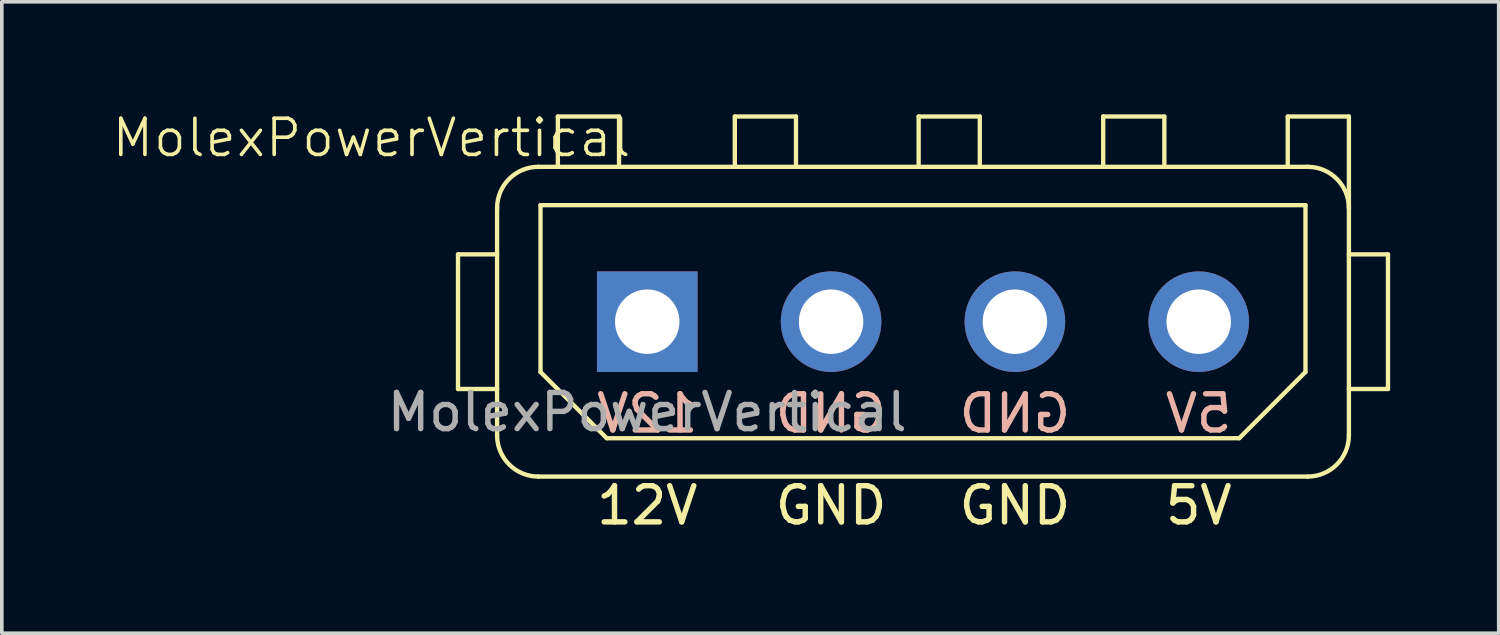
<source format=kicad_pcb>
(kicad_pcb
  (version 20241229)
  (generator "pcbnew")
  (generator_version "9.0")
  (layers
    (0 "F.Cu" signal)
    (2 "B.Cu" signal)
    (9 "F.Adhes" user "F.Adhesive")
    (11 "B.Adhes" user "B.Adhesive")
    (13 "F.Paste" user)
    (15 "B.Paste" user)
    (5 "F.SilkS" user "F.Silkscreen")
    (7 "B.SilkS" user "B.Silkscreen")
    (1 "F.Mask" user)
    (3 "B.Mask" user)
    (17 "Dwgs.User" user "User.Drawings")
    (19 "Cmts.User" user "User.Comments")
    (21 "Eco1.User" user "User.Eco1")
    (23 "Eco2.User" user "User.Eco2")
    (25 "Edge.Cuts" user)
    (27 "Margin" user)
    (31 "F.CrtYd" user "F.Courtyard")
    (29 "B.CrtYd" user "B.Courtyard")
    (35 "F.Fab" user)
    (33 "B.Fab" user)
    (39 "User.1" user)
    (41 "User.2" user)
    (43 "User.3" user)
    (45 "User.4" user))
  (footprint "MolexPowerVertical"
    (layer "F.Cu")
    (at 14.837 5.84)
    (property "Reference" "MolexPowerVertical" (at -7.62 -5.08 0) (unlocked yes) (layer "F.SilkS") (effects (font (size 1 1) (thickness 0.1))))
    (attr through_hole)
    (fp_line (start -5.23 -1.86) (end -4.15 -1.86) (stroke (width 0.12) (type solid)) (layer "F.SilkS"))
    (fp_line (start -5.23 1.86) (end -5.23 -1.86) (stroke (width 0.12) (type solid)) (layer "F.SilkS"))
    (fp_line (start -4.15 -3.14) (end -4.15 3.14) (stroke (width 0.12) (type solid)) (layer "F.SilkS"))
    (fp_line (start -4.15 1.86) (end -5.23 1.86) (stroke (width 0.12) (type solid)) (layer "F.SilkS"))
    (fp_line (start -3.01 4.28) (end 18.25 4.28) (stroke (width 0.12) (type solid)) (layer "F.SilkS"))
    (fp_line (start -2.95 -3.22) (end 18.19 -3.22) (stroke (width 0.12) (type solid)) (layer "F.SilkS"))
    (fp_line (start -2.95 1.39) (end -2.95 -3.22) (stroke (width 0.12) (type solid)) (layer "F.SilkS"))
    (fp_line (start -2.47 -5.67) (end -0.78 -5.67) (stroke (width 0.12) (type solid)) (layer "F.SilkS"))
    (fp_line (start -2.47 -4.28) (end -2.47 -5.67) (stroke (width 0.12) (type solid)) (layer "F.SilkS"))
    (fp_line (start -1.12 3.22) (end -2.95 1.39) (stroke (width 0.12) (type solid)) (layer "F.SilkS"))
    (fp_line (start -1.095 4.77) (end -1.19 4.818) (stroke (width 0.15) (type solid)) (layer "F.SilkS"))
    (fp_line (start -1 4.675) (end -1.095 4.77) (stroke (width 0.15) (type solid)) (layer "F.SilkS"))
    (fp_line (start -0.905 4.532) (end -1 4.675) (stroke (width 0.15) (type solid)) (layer "F.SilkS"))
    (fp_line (start -0.905 5.532) (end -0.905 4.532) (stroke (width 0.15) (type solid)) (layer "F.SilkS"))
    (fp_line (start -0.78 -5.67) (end -0.78 -4.28) (stroke (width 0.12) (type solid)) (layer "F.SilkS"))
    (fp_line (start -0.619 5.532) (end -1.19 5.532) (stroke (width 0.15) (type solid)) (layer "F.SilkS"))
    (fp_line (start -0.286 5.532) (end 0.333 5.532) (stroke (width 0.15) (type solid)) (layer "F.SilkS"))
    (fp_line (start -0.238 4.628) (end -0.19 4.58) (stroke (width 0.15) (type solid)) (layer "F.SilkS"))
    (fp_line (start -0.19 4.58) (end -0.095 4.532) (stroke (width 0.15) (type solid)) (layer "F.SilkS"))
    (fp_line (start -0.095 4.532) (end 0.143 4.532) (stroke (width 0.15) (type solid)) (layer "F.SilkS"))
    (fp_line (start 0.143 4.532) (end 0.238 4.58) (stroke (width 0.15) (type solid)) (layer "F.SilkS"))
    (fp_line (start 0.238 4.58) (end 0.286 4.628) (stroke (width 0.15) (type solid)) (layer "F.SilkS"))
    (fp_line (start 0.286 4.628) (end 0.333 4.723) (stroke (width 0.15) (type solid)) (layer "F.SilkS"))
    (fp_line (start 0.286 4.961) (end -0.286 5.532) (stroke (width 0.15) (type solid)) (layer "F.SilkS"))
    (fp_line (start 0.333 4.723) (end 0.333 4.818) (stroke (width 0.15) (type solid)) (layer "F.SilkS"))
    (fp_line (start 0.333 4.818) (end 0.286 4.961) (stroke (width 0.15) (type solid)) (layer "F.SilkS"))
    (fp_line (start 0.619 4.532) (end 0.952 5.532) (stroke (width 0.15) (type solid)) (layer "F.SilkS"))
    (fp_line (start 0.952 5.532) (end 1.286 4.532) (stroke (width 0.15) (type solid)) (layer "F.SilkS"))
    (fp_line (start 2.42 -5.67) (end 4.11 -5.67) (stroke (width 0.12) (type solid)) (layer "F.SilkS"))
    (fp_line (start 2.42 -4.28) (end 2.42 -5.67) (stroke (width 0.12) (type solid)) (layer "F.SilkS"))
    (fp_line (start 3.747 4.961) (end 3.747 5.104) (stroke (width 0.15) (type solid)) (layer "F.SilkS"))
    (fp_line (start 3.747 5.104) (end 3.794 5.294) (stroke (width 0.15) (type solid)) (layer "F.SilkS"))
    (fp_line (start 3.794 4.77) (end 3.747 4.961) (stroke (width 0.15) (type solid)) (layer "F.SilkS"))
    (fp_line (start 3.794 5.294) (end 3.842 5.39) (stroke (width 0.15) (type solid)) (layer "F.SilkS"))
    (fp_line (start 3.842 4.675) (end 3.794 4.77) (stroke (width 0.15) (type solid)) (layer "F.SilkS"))
    (fp_line (start 3.842 5.39) (end 3.937 5.485) (stroke (width 0.15) (type solid)) (layer "F.SilkS"))
    (fp_line (start 3.937 4.58) (end 3.842 4.675) (stroke (width 0.15) (type solid)) (layer "F.SilkS"))
    (fp_line (start 3.937 5.485) (end 4.08 5.532) (stroke (width 0.15) (type solid)) (layer "F.SilkS"))
    (fp_line (start 4.08 4.532) (end 3.937 4.58) (stroke (width 0.15) (type solid)) (layer "F.SilkS"))
    (fp_line (start 4.08 5.532) (end 4.175 5.532) (stroke (width 0.15) (type solid)) (layer "F.SilkS"))
    (fp_line (start 4.11 -5.67) (end 4.11 -4.28) (stroke (width 0.12) (type solid)) (layer "F.SilkS"))
    (fp_line (start 4.175 5.532) (end 4.318 5.485) (stroke (width 0.15) (type solid)) (layer "F.SilkS"))
    (fp_line (start 4.223 4.532) (end 4.08 4.532) (stroke (width 0.15) (type solid)) (layer "F.SilkS"))
    (fp_line (start 4.318 4.58) (end 4.223 4.532) (stroke (width 0.15) (type solid)) (layer "F.SilkS"))
    (fp_line (start 4.318 5.485) (end 4.366 5.437) (stroke (width 0.15) (type solid)) (layer "F.SilkS"))
    (fp_line (start 4.366 5.104) (end 4.175 5.104) (stroke (width 0.15) (type solid)) (layer "F.SilkS"))
    (fp_line (start 4.366 5.437) (end 4.366 5.104) (stroke (width 0.15) (type solid)) (layer "F.SilkS"))
    (fp_line (start 4.794 4.532) (end 5.366 5.532) (stroke (width 0.15) (type solid)) (layer "F.SilkS"))
    (fp_line (start 4.794 5.532) (end 4.794 4.532) (stroke (width 0.15) (type solid)) (layer "F.SilkS"))
    (fp_line (start 5.366 5.532) (end 5.366 4.532) (stroke (width 0.15) (type solid)) (layer "F.SilkS"))
    (fp_line (start 5.842 4.532) (end 6.08 4.532) (stroke (width 0.15) (type solid)) (layer "F.SilkS"))
    (fp_line (start 5.842 5.532) (end 5.842 4.532) (stroke (width 0.15) (type solid)) (layer "F.SilkS"))
    (fp_line (start 6.08 4.532) (end 6.223 4.58) (stroke (width 0.15) (type solid)) (layer "F.SilkS"))
    (fp_line (start 6.08 5.532) (end 5.842 5.532) (stroke (width 0.15) (type solid)) (layer "F.SilkS"))
    (fp_line (start 6.223 4.58) (end 6.318 4.675) (stroke (width 0.15) (type solid)) (layer "F.SilkS"))
    (fp_line (start 6.223 5.485) (end 6.08 5.532) (stroke (width 0.15) (type solid)) (layer "F.SilkS"))
    (fp_line (start 6.318 4.675) (end 6.366 4.77) (stroke (width 0.15) (type solid)) (layer "F.SilkS"))
    (fp_line (start 6.318 5.39) (end 6.223 5.485) (stroke (width 0.15) (type solid)) (layer "F.SilkS"))
    (fp_line (start 6.366 4.77) (end 6.413 4.961) (stroke (width 0.15) (type solid)) (layer "F.SilkS"))
    (fp_line (start 6.366 5.294) (end 6.318 5.39) (stroke (width 0.15) (type solid)) (layer "F.SilkS"))
    (fp_line (start 6.413 4.961) (end 6.413 5.104) (stroke (width 0.15) (type solid)) (layer "F.SilkS"))
    (fp_line (start 6.413 5.104) (end 6.366 5.294) (stroke (width 0.15) (type solid)) (layer "F.SilkS"))
    (fp_line (start 7.5 -5.67) (end 9.19 -5.67) (stroke (width 0.12) (type solid)) (layer "F.SilkS"))
    (fp_line (start 7.5 -4.28) (end 7.5 -5.67) (stroke (width 0.12) (type solid)) (layer "F.SilkS"))
    (fp_line (start 8.827 4.961) (end 8.827 5.104) (stroke (width 0.15) (type solid)) (layer "F.SilkS"))
    (fp_line (start 8.827 5.104) (end 8.874 5.294) (stroke (width 0.15) (type solid)) (layer "F.SilkS"))
    (fp_line (start 8.874 4.77) (end 8.827 4.961) (stroke (width 0.15) (type solid)) (layer "F.SilkS"))
    (fp_line (start 8.874 5.294) (end 8.922 5.39) (stroke (width 0.15) (type solid)) (layer "F.SilkS"))
    (fp_line (start 8.922 4.675) (end 8.874 4.77) (stroke (width 0.15) (type solid)) (layer "F.SilkS"))
    (fp_line (start 8.922 5.39) (end 9.017 5.485) (stroke (width 0.15) (type solid)) (layer "F.SilkS"))
    (fp_line (start 9.017 4.58) (end 8.922 4.675) (stroke (width 0.15) (type solid)) (layer "F.SilkS"))
    (fp_line (start 9.017 5.485) (end 9.16 5.532) (stroke (width 0.15) (type solid)) (layer "F.SilkS"))
    (fp_line (start 9.16 4.532) (end 9.017 4.58) (stroke (width 0.15) (type solid)) (layer "F.SilkS"))
    (fp_line (start 9.16 5.532) (end 9.255 5.532) (stroke (width 0.15) (type solid)) (layer "F.SilkS"))
    (fp_line (start 9.19 -5.67) (end 9.19 -4.28) (stroke (width 0.12) (type solid)) (layer "F.SilkS"))
    (fp_line (start 9.255 5.532) (end 9.398 5.485) (stroke (width 0.15) (type solid)) (layer "F.SilkS"))
    (fp_line (start 9.303 4.532) (end 9.16 4.532) (stroke (width 0.15) (type solid)) (layer "F.SilkS"))
    (fp_line (start 9.398 4.58) (end 9.303 4.532) (stroke (width 0.15) (type solid)) (layer "F.SilkS"))
    (fp_line (start 9.398 5.485) (end 9.446 5.437) (stroke (width 0.15) (type solid)) (layer "F.SilkS"))
    (fp_line (start 9.446 5.104) (end 9.255 5.104) (stroke (width 0.15) (type solid)) (layer "F.SilkS"))
    (fp_line (start 9.446 5.437) (end 9.446 5.104) (stroke (width 0.15) (type solid)) (layer "F.SilkS"))
    (fp_line (start 9.874 4.532) (end 10.446 5.532) (stroke (width 0.15) (type solid)) (layer "F.SilkS"))
    (fp_line (start 9.874 5.532) (end 9.874 4.532) (stroke (width 0.15) (type solid)) (layer "F.SilkS"))
    (fp_line (start 10.446 5.532) (end 10.446 4.532) (stroke (width 0.15) (type solid)) (layer "F.SilkS"))
    (fp_line (start 10.922 4.532) (end 11.16 4.532) (stroke (width 0.15) (type solid)) (layer "F.SilkS"))
    (fp_line (start 10.922 5.532) (end 10.922 4.532) (stroke (width 0.15) (type solid)) (layer "F.SilkS"))
    (fp_line (start 11.16 4.532) (end 11.303 4.58) (stroke (width 0.15) (type solid)) (layer "F.SilkS"))
    (fp_line (start 11.16 5.532) (end 10.922 5.532) (stroke (width 0.15) (type solid)) (layer "F.SilkS"))
    (fp_line (start 11.303 4.58) (end 11.398 4.675) (stroke (width 0.15) (type solid)) (layer "F.SilkS"))
    (fp_line (start 11.303 5.485) (end 11.16 5.532) (stroke (width 0.15) (type solid)) (layer "F.SilkS"))
    (fp_line (start 11.398 4.675) (end 11.446 4.77) (stroke (width 0.15) (type solid)) (layer "F.SilkS"))
    (fp_line (start 11.398 5.39) (end 11.303 5.485) (stroke (width 0.15) (type solid)) (layer "F.SilkS"))
    (fp_line (start 11.446 4.77) (end 11.493 4.961) (stroke (width 0.15) (type solid)) (layer "F.SilkS"))
    (fp_line (start 11.446 5.294) (end 11.398 5.39) (stroke (width 0.15) (type solid)) (layer "F.SilkS"))
    (fp_line (start 11.493 4.961) (end 11.493 5.104) (stroke (width 0.15) (type solid)) (layer "F.SilkS"))
    (fp_line (start 11.493 5.104) (end 11.446 5.294) (stroke (width 0.15) (type solid)) (layer "F.SilkS"))
    (fp_line (start 12.6 -5.67) (end 14.29 -5.67) (stroke (width 0.12) (type solid)) (layer "F.SilkS"))
    (fp_line (start 12.6 -4.28) (end 12.6 -5.67) (stroke (width 0.12) (type solid)) (layer "F.SilkS"))
    (fp_line (start 14.29 -5.67) (end 14.29 -4.28) (stroke (width 0.12) (type solid)) (layer "F.SilkS"))
    (fp_line (start 14.526 5.009) (end 14.573 4.961) (stroke (width 0.15) (type solid)) (layer "F.SilkS"))
    (fp_line (start 14.573 4.532) (end 14.526 5.009) (stroke (width 0.15) (type solid)) (layer "F.SilkS"))
    (fp_line (start 14.573 4.961) (end 14.669 4.913) (stroke (width 0.15) (type solid)) (layer "F.SilkS"))
    (fp_line (start 14.573 5.485) (end 14.526 5.437) (stroke (width 0.15) (type solid)) (layer "F.SilkS"))
    (fp_line (start 14.669 4.913) (end 14.907 4.913) (stroke (width 0.15) (type solid)) (layer "F.SilkS"))
    (fp_line (start 14.669 5.532) (end 14.573 5.485) (stroke (width 0.15) (type solid)) (layer "F.SilkS"))
    (fp_line (start 14.907 4.913) (end 15.002 4.961) (stroke (width 0.15) (type solid)) (layer "F.SilkS"))
    (fp_line (start 14.907 5.532) (end 14.669 5.532) (stroke (width 0.15) (type solid)) (layer "F.SilkS"))
    (fp_line (start 15.002 4.961) (end 15.05 5.009) (stroke (width 0.15) (type solid)) (layer "F.SilkS"))
    (fp_line (start 15.002 5.485) (end 14.907 5.532) (stroke (width 0.15) (type solid)) (layer "F.SilkS"))
    (fp_line (start 15.05 4.532) (end 14.573 4.532) (stroke (width 0.15) (type solid)) (layer "F.SilkS"))
    (fp_line (start 15.05 5.009) (end 15.097 5.104) (stroke (width 0.15) (type solid)) (layer "F.SilkS"))
    (fp_line (start 15.05 5.437) (end 15.002 5.485) (stroke (width 0.15) (type solid)) (layer "F.SilkS"))
    (fp_line (start 15.097 5.104) (end 15.097 5.342) (stroke (width 0.15) (type solid)) (layer "F.SilkS"))
    (fp_line (start 15.097 5.342) (end 15.05 5.437) (stroke (width 0.15) (type solid)) (layer "F.SilkS"))
    (fp_line (start 15.383 4.532) (end 15.716 5.532) (stroke (width 0.15) (type solid)) (layer "F.SilkS"))
    (fp_line (start 15.716 5.532) (end 16.05 4.532) (stroke (width 0.15) (type solid)) (layer "F.SilkS"))
    (fp_line (start 16.36 3.22) (end -1.12 3.22) (stroke (width 0.12) (type solid)) (layer "F.SilkS"))
    (fp_line (start 17.7 -5.67) (end 19.39 -5.67) (stroke (width 0.12) (type solid)) (layer "F.SilkS"))
    (fp_line (start 17.7 -4.28) (end 17.7 -5.67) (stroke (width 0.12) (type solid)) (layer "F.SilkS"))
    (fp_line (start 18.19 -3.22) (end 18.19 1.39) (stroke (width 0.12) (type solid)) (layer "F.SilkS"))
    (fp_line (start 18.19 1.39) (end 16.36 3.22) (stroke (width 0.12) (type solid)) (layer "F.SilkS"))
    (fp_line (start 18.25 -4.28) (end -3.01 -4.28) (stroke (width 0.12) (type solid)) (layer "F.SilkS"))
    (fp_line (start 19.39 1.86) (end 20.47 1.86) (stroke (width 0.12) (type solid)) (layer "F.SilkS"))
    (fp_line (start 19.39 3.14) (end 19.39 -5.67) (stroke (width 0.12) (type solid)) (layer "F.SilkS"))
    (fp_line (start 20.47 -1.86) (end 19.39 -1.86) (stroke (width 0.12) (type solid)) (layer "F.SilkS"))
    (fp_line (start 20.47 1.86) (end 20.47 -1.86) (stroke (width 0.12) (type solid)) (layer "F.SilkS"))
    (fp_arc (start -4.15 -3.14) (mid -3.816102 -3.946102) (end -3.01 -4.28) (stroke (width 0.12) (type solid)) (layer "F.SilkS"))
    (fp_arc (start -3.01 4.28) (mid -3.816102 3.946102) (end -4.15 3.14) (stroke (width 0.12) (type solid)) (layer "F.SilkS"))
    (fp_arc (start 18.25 -4.28) (mid 19.056102 -3.946102) (end 19.39 -3.14) (stroke (width 0.12) (type solid)) (layer "F.SilkS"))
    (fp_arc (start 19.39 3.14) (mid 19.056102 3.946102) (end 18.25 4.28) (stroke (width 0.12) (type solid)) (layer "F.SilkS"))
    (fp_line (start -0.952 2.992) (end -1.286 1.992) (stroke (width 0.15) (type solid)) (layer "B.SilkS"))
    (fp_line (start -0.619 1.992) (end -0.952 2.992) (stroke (width 0.15) (type solid)) (layer "B.SilkS"))
    (fp_line (start -0.333 2.183) (end -0.333 2.278) (stroke (width 0.15) (type solid)) (layer "B.SilkS"))
    (fp_line (start -0.333 2.278) (end -0.286 2.421) (stroke (width 0.15) (type solid)) (layer "B.SilkS"))
    (fp_line (start -0.286 2.088) (end -0.333 2.183) (stroke (width 0.15) (type solid)) (layer "B.SilkS"))
    (fp_line (start -0.286 2.421) (end 0.286 2.992) (stroke (width 0.15) (type solid)) (layer "B.SilkS"))
    (fp_line (start -0.238 2.04) (end -0.286 2.088) (stroke (width 0.15) (type solid)) (layer "B.SilkS"))
    (fp_line (start -0.143 1.992) (end -0.238 2.04) (stroke (width 0.15) (type solid)) (layer "B.SilkS"))
    (fp_line (start 0.095 1.992) (end -0.143 1.992) (stroke (width 0.15) (type solid)) (layer "B.SilkS"))
    (fp_line (start 0.19 2.04) (end 0.095 1.992) (stroke (width 0.15) (type solid)) (layer "B.SilkS"))
    (fp_line (start 0.238 2.088) (end 0.19 2.04) (stroke (width 0.15) (type solid)) (layer "B.SilkS"))
    (fp_line (start 0.286 2.992) (end -0.333 2.992) (stroke (width 0.15) (type solid)) (layer "B.SilkS"))
    (fp_line (start 0.619 2.992) (end 1.19 2.992) (stroke (width 0.15) (type solid)) (layer "B.SilkS"))
    (fp_line (start 0.905 1.992) (end 1 2.135) (stroke (width 0.15) (type solid)) (layer "B.SilkS"))
    (fp_line (start 0.905 2.992) (end 0.905 1.992) (stroke (width 0.15) (type solid)) (layer "B.SilkS"))
    (fp_line (start 1 2.135) (end 1.095 2.23) (stroke (width 0.15) (type solid)) (layer "B.SilkS"))
    (fp_line (start 1.095 2.23) (end 1.19 2.278) (stroke (width 0.15) (type solid)) (layer "B.SilkS"))
    (fp_line (start 3.747 2.421) (end 3.747 2.564) (stroke (width 0.15) (type solid)) (layer "B.SilkS"))
    (fp_line (start 3.747 2.564) (end 3.794 2.754) (stroke (width 0.15) (type solid)) (layer "B.SilkS"))
    (fp_line (start 3.794 2.23) (end 3.747 2.421) (stroke (width 0.15) (type solid)) (layer "B.SilkS"))
    (fp_line (start 3.794 2.754) (end 3.842 2.85) (stroke (width 0.15) (type solid)) (layer "B.SilkS"))
    (fp_line (start 3.842 2.135) (end 3.794 2.23) (stroke (width 0.15) (type solid)) (layer "B.SilkS"))
    (fp_line (start 3.842 2.85) (end 3.937 2.945) (stroke (width 0.15) (type solid)) (layer "B.SilkS"))
    (fp_line (start 3.937 2.04) (end 3.842 2.135) (stroke (width 0.15) (type solid)) (layer "B.SilkS"))
    (fp_line (start 3.937 2.945) (end 4.08 2.992) (stroke (width 0.15) (type solid)) (layer "B.SilkS"))
    (fp_line (start 4.08 1.992) (end 3.937 2.04) (stroke (width 0.15) (type solid)) (layer "B.SilkS"))
    (fp_line (start 4.08 2.992) (end 4.318 2.992) (stroke (width 0.15) (type solid)) (layer "B.SilkS"))
    (fp_line (start 4.318 1.992) (end 4.08 1.992) (stroke (width 0.15) (type solid)) (layer "B.SilkS"))
    (fp_line (start 4.318 2.992) (end 4.318 1.992) (stroke (width 0.15) (type solid)) (layer "B.SilkS"))
    (fp_line (start 4.794 2.992) (end 4.794 1.992) (stroke (width 0.15) (type solid)) (layer "B.SilkS"))
    (fp_line (start 5.366 1.992) (end 4.794 2.992) (stroke (width 0.15) (type solid)) (layer "B.SilkS"))
    (fp_line (start 5.366 2.992) (end 5.366 1.992) (stroke (width 0.15) (type solid)) (layer "B.SilkS"))
    (fp_line (start 5.794 2.564) (end 5.985 2.564) (stroke (width 0.15) (type solid)) (layer "B.SilkS"))
    (fp_line (start 5.794 2.897) (end 5.794 2.564) (stroke (width 0.15) (type solid)) (layer "B.SilkS"))
    (fp_line (start 5.842 2.04) (end 5.937 1.992) (stroke (width 0.15) (type solid)) (layer "B.SilkS"))
    (fp_line (start 5.842 2.945) (end 5.794 2.897) (stroke (width 0.15) (type solid)) (layer "B.SilkS"))
    (fp_line (start 5.937 1.992) (end 6.08 1.992) (stroke (width 0.15) (type solid)) (layer "B.SilkS"))
    (fp_line (start 5.985 2.992) (end 5.842 2.945) (stroke (width 0.15) (type solid)) (layer "B.SilkS"))
    (fp_line (start 6.08 1.992) (end 6.223 2.04) (stroke (width 0.15) (type solid)) (layer "B.SilkS"))
    (fp_line (start 6.08 2.992) (end 5.985 2.992) (stroke (width 0.15) (type solid)) (layer "B.SilkS"))
    (fp_line (start 6.223 2.04) (end 6.318 2.135) (stroke (width 0.15) (type solid)) (layer "B.SilkS"))
    (fp_line (start 6.223 2.945) (end 6.08 2.992) (stroke (width 0.15) (type solid)) (layer "B.SilkS"))
    (fp_line (start 6.318 2.135) (end 6.366 2.23) (stroke (width 0.15) (type solid)) (layer "B.SilkS"))
    (fp_line (start 6.318 2.85) (end 6.223 2.945) (stroke (width 0.15) (type solid)) (layer "B.SilkS"))
    (fp_line (start 6.366 2.23) (end 6.413 2.421) (stroke (width 0.15) (type solid)) (layer "B.SilkS"))
    (fp_line (start 6.366 2.754) (end 6.318 2.85) (stroke (width 0.15) (type solid)) (layer "B.SilkS"))
    (fp_line (start 6.413 2.421) (end 6.413 2.564) (stroke (width 0.15) (type solid)) (layer "B.SilkS"))
    (fp_line (start 6.413 2.564) (end 6.366 2.754) (stroke (width 0.15) (type solid)) (layer "B.SilkS"))
    (fp_line (start 8.827 2.421) (end 8.827 2.564) (stroke (width 0.15) (type solid)) (layer "B.SilkS"))
    (fp_line (start 8.827 2.564) (end 8.874 2.754) (stroke (width 0.15) (type solid)) (layer "B.SilkS"))
    (fp_line (start 8.874 2.23) (end 8.827 2.421) (stroke (width 0.15) (type solid)) (layer "B.SilkS"))
    (fp_line (start 8.874 2.754) (end 8.922 2.85) (stroke (width 0.15) (type solid)) (layer "B.SilkS"))
    (fp_line (start 8.922 2.135) (end 8.874 2.23) (stroke (width 0.15) (type solid)) (layer "B.SilkS"))
    (fp_line (start 8.922 2.85) (end 9.017 2.945) (stroke (width 0.15) (type solid)) (layer "B.SilkS"))
    (fp_line (start 9.017 2.04) (end 8.922 2.135) (stroke (width 0.15) (type solid)) (layer "B.SilkS"))
    (fp_line (start 9.017 2.945) (end 9.16 2.992) (stroke (width 0.15) (type solid)) (layer "B.SilkS"))
    (fp_line (start 9.16 1.992) (end 9.017 2.04) (stroke (width 0.15) (type solid)) (layer "B.SilkS"))
    (fp_line (start 9.16 2.992) (end 9.398 2.992) (stroke (width 0.15) (type solid)) (layer "B.SilkS"))
    (fp_line (start 9.398 1.992) (end 9.16 1.992) (stroke (width 0.15) (type solid)) (layer "B.SilkS"))
    (fp_line (start 9.398 2.992) (end 9.398 1.992) (stroke (width 0.15) (type solid)) (layer "B.SilkS"))
    (fp_line (start 9.874 2.992) (end 9.874 1.992) (stroke (width 0.15) (type solid)) (layer "B.SilkS"))
    (fp_line (start 10.446 1.992) (end 9.874 2.992) (stroke (width 0.15) (type solid)) (layer "B.SilkS"))
    (fp_line (start 10.446 2.992) (end 10.446 1.992) (stroke (width 0.15) (type solid)) (layer "B.SilkS"))
    (fp_line (start 10.874 2.564) (end 11.065 2.564) (stroke (width 0.15) (type solid)) (layer "B.SilkS"))
    (fp_line (start 10.874 2.897) (end 10.874 2.564) (stroke (width 0.15) (type solid)) (layer "B.SilkS"))
    (fp_line (start 10.922 2.04) (end 11.017 1.992) (stroke (width 0.15) (type solid)) (layer "B.SilkS"))
    (fp_line (start 10.922 2.945) (end 10.874 2.897) (stroke (width 0.15) (type solid)) (layer "B.SilkS"))
    (fp_line (start 11.017 1.992) (end 11.16 1.992) (stroke (width 0.15) (type solid)) (layer "B.SilkS"))
    (fp_line (start 11.065 2.992) (end 10.922 2.945) (stroke (width 0.15) (type solid)) (layer "B.SilkS"))
    (fp_line (start 11.16 1.992) (end 11.303 2.04) (stroke (width 0.15) (type solid)) (layer "B.SilkS"))
    (fp_line (start 11.16 2.992) (end 11.065 2.992) (stroke (width 0.15) (type solid)) (layer "B.SilkS"))
    (fp_line (start 11.303 2.04) (end 11.398 2.135) (stroke (width 0.15) (type solid)) (layer "B.SilkS"))
    (fp_line (start 11.303 2.945) (end 11.16 2.992) (stroke (width 0.15) (type solid)) (layer "B.SilkS"))
    (fp_line (start 11.398 2.135) (end 11.446 2.23) (stroke (width 0.15) (type solid)) (layer "B.SilkS"))
    (fp_line (start 11.398 2.85) (end 11.303 2.945) (stroke (width 0.15) (type solid)) (layer "B.SilkS"))
    (fp_line (start 11.446 2.23) (end 11.493 2.421) (stroke (width 0.15) (type solid)) (layer "B.SilkS"))
    (fp_line (start 11.446 2.754) (end 11.398 2.85) (stroke (width 0.15) (type solid)) (layer "B.SilkS"))
    (fp_line (start 11.493 2.421) (end 11.493 2.564) (stroke (width 0.15) (type solid)) (layer "B.SilkS"))
    (fp_line (start 11.493 2.564) (end 11.446 2.754) (stroke (width 0.15) (type solid)) (layer "B.SilkS"))
    (fp_line (start 14.764 2.992) (end 14.43 1.992) (stroke (width 0.15) (type solid)) (layer "B.SilkS"))
    (fp_line (start 15.097 1.992) (end 14.764 2.992) (stroke (width 0.15) (type solid)) (layer "B.SilkS"))
    (fp_line (start 15.383 2.564) (end 15.383 2.802) (stroke (width 0.15) (type solid)) (layer "B.SilkS"))
    (fp_line (start 15.383 2.802) (end 15.43 2.897) (stroke (width 0.15) (type solid)) (layer "B.SilkS"))
    (fp_line (start 15.43 1.992) (end 15.907 1.992) (stroke (width 0.15) (type solid)) (layer "B.SilkS"))
    (fp_line (start 15.43 2.469) (end 15.383 2.564) (stroke (width 0.15) (type solid)) (layer "B.SilkS"))
    (fp_line (start 15.43 2.897) (end 15.478 2.945) (stroke (width 0.15) (type solid)) (layer "B.SilkS"))
    (fp_line (start 15.478 2.421) (end 15.43 2.469) (stroke (width 0.15) (type solid)) (layer "B.SilkS"))
    (fp_line (start 15.478 2.945) (end 15.573 2.992) (stroke (width 0.15) (type solid)) (layer "B.SilkS"))
    (fp_line (start 15.573 2.373) (end 15.478 2.421) (stroke (width 0.15) (type solid)) (layer "B.SilkS"))
    (fp_line (start 15.573 2.992) (end 15.811 2.992) (stroke (width 0.15) (type solid)) (layer "B.SilkS"))
    (fp_line (start 15.811 2.373) (end 15.573 2.373) (stroke (width 0.15) (type solid)) (layer "B.SilkS"))
    (fp_line (start 15.811 2.992) (end 15.907 2.945) (stroke (width 0.15) (type solid)) (layer "B.SilkS"))
    (fp_line (start 15.907 1.992) (end 15.954 2.469) (stroke (width 0.15) (type solid)) (layer "B.SilkS"))
    (fp_line (start 15.907 2.421) (end 15.811 2.373) (stroke (width 0.15) (type solid)) (layer "B.SilkS"))
    (fp_line (start 15.907 2.945) (end 15.954 2.897) (stroke (width 0.15) (type solid)) (layer "B.SilkS"))
    (fp_line (start 15.954 2.469) (end 15.907 2.421) (stroke (width 0.15) (type solid)) (layer "B.SilkS"))
    (fp_text user "${REFERENCE}" (at 0 2.5 0) (unlocked yes) (layer "F.Fab") (effects (font (size 1 1) (thickness 0.15))))
    (pad "1" thru_hole rect (at 0 0) (size 2.78 2.78) (drill 1.781) (layers "*.Cu" "*.Mask"))
    (pad "2" thru_hole circle (at 5.08 0) (size 2.78 2.78) (drill 1.781) (layers "*.Cu" "*.Mask"))
    (pad "3" thru_hole circle (at 10.16 0) (size 2.78 2.78) (drill 1.781) (layers "*.Cu" "*.Mask"))
    (pad "4" thru_hole circle (at 15.24 0) (size 2.78 2.78) (drill 1.781) (layers "*.Cu" "*.Mask")))
  (gr_rect
    (start -3 -3)
    (end 38.367 14.448)
    (stroke (width 0.1) (type default))
    (fill no)
    (layer "Edge.Cuts")))
</source>
